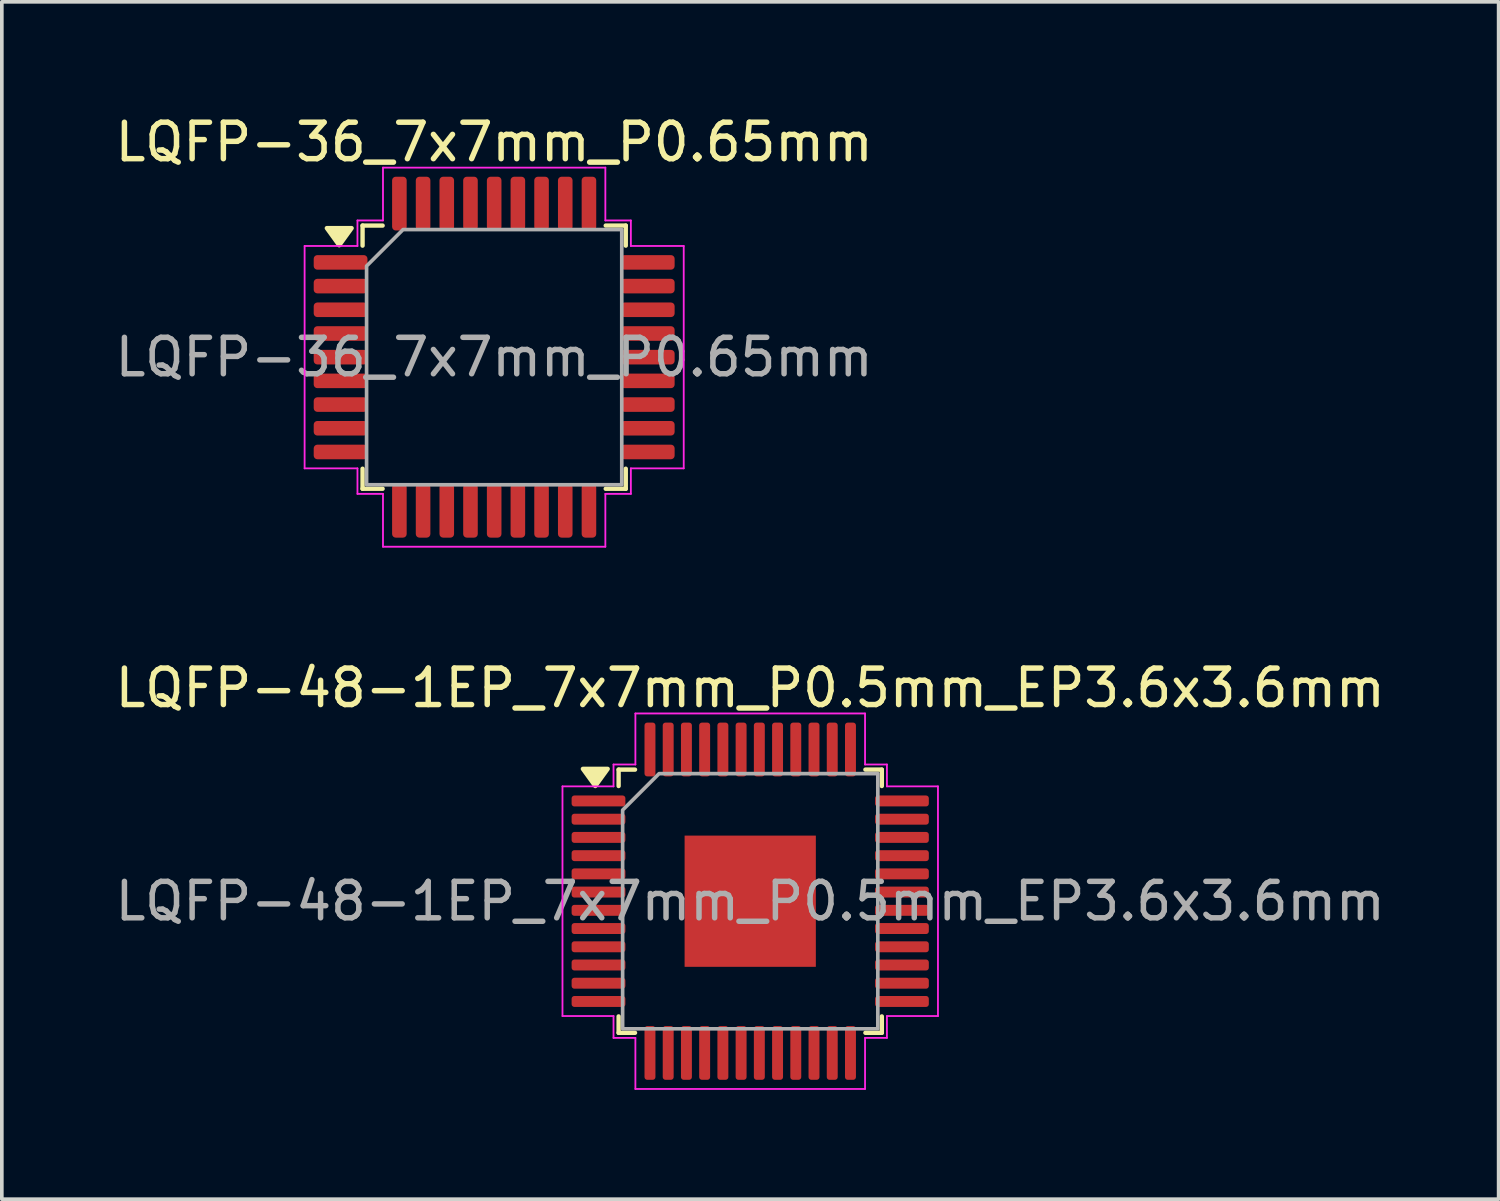
<source format=kicad_pcb>
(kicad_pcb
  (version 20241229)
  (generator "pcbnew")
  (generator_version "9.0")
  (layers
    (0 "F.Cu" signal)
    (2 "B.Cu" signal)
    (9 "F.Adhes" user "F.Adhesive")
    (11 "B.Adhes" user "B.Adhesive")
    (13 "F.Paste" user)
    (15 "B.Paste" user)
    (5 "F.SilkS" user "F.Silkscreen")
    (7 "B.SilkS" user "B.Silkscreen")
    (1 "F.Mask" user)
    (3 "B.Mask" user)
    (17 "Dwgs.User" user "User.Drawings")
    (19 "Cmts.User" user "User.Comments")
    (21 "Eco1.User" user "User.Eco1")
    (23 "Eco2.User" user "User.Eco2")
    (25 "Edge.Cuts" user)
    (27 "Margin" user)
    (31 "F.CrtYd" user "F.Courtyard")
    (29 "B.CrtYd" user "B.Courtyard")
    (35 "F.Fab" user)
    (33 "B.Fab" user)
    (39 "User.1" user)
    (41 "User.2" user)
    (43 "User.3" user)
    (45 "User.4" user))
  (footprint "LQFP-36_7x7mm_P0.65mm"
    (layer "F.Cu")
    (at 10.506 6.748)
    (property "Reference" "LQFP-36_7x7mm_P0.65mm" (at 0 -5.9 0) (layer "F.SilkS") (effects (font (size 1 1) (thickness 0.15))))
    (attr smd)
    (fp_line (start -3.61 -3.61) (end -3.06 -3.61) (stroke (width 0.12) (type solid)) (layer "F.SilkS"))
    (fp_line (start -3.61 -3.06) (end -3.61 -3.61) (stroke (width 0.12) (type solid)) (layer "F.SilkS"))
    (fp_line (start -3.61 3.61) (end -3.61 3.06) (stroke (width 0.12) (type solid)) (layer "F.SilkS"))
    (fp_line (start -3.06 3.61) (end -3.61 3.61) (stroke (width 0.12) (type solid)) (layer "F.SilkS"))
    (fp_line (start 3.06 -3.61) (end 3.61 -3.61) (stroke (width 0.12) (type solid)) (layer "F.SilkS"))
    (fp_line (start 3.61 -3.61) (end 3.61 -3.06) (stroke (width 0.12) (type solid)) (layer "F.SilkS"))
    (fp_line (start 3.61 3.06) (end 3.61 3.61) (stroke (width 0.12) (type solid)) (layer "F.SilkS"))
    (fp_line (start 3.61 3.61) (end 3.06 3.61) (stroke (width 0.12) (type solid)) (layer "F.SilkS"))
    (fp_poly (pts (xy -4.25 -3.07) (xy -4.59 -3.54) (xy -3.91 -3.54)) (stroke (width 0.12) (type solid)) (fill yes) (layer "F.SilkS"))
    (fp_line (start -5.2 -3.05) (end -3.75 -3.05) (stroke (width 0.05) (type solid)) (layer "F.CrtYd"))
    (fp_line (start -5.2 3.05) (end -5.2 -3.05) (stroke (width 0.05) (type solid)) (layer "F.CrtYd"))
    (fp_line (start -3.75 -3.75) (end -3.05 -3.75) (stroke (width 0.05) (type solid)) (layer "F.CrtYd"))
    (fp_line (start -3.75 -3.05) (end -3.75 -3.75) (stroke (width 0.05) (type solid)) (layer "F.CrtYd"))
    (fp_line (start -3.75 3.05) (end -5.2 3.05) (stroke (width 0.05) (type solid)) (layer "F.CrtYd"))
    (fp_line (start -3.75 3.75) (end -3.75 3.05) (stroke (width 0.05) (type solid)) (layer "F.CrtYd"))
    (fp_line (start -3.05 -5.2) (end 3.05 -5.2) (stroke (width 0.05) (type solid)) (layer "F.CrtYd"))
    (fp_line (start -3.05 -3.75) (end -3.05 -5.2) (stroke (width 0.05) (type solid)) (layer "F.CrtYd"))
    (fp_line (start -3.05 3.75) (end -3.75 3.75) (stroke (width 0.05) (type solid)) (layer "F.CrtYd"))
    (fp_line (start -3.05 5.2) (end -3.05 3.75) (stroke (width 0.05) (type solid)) (layer "F.CrtYd"))
    (fp_line (start 3.05 -5.2) (end 3.05 -3.75) (stroke (width 0.05) (type solid)) (layer "F.CrtYd"))
    (fp_line (start 3.05 -3.75) (end 3.75 -3.75) (stroke (width 0.05) (type solid)) (layer "F.CrtYd"))
    (fp_line (start 3.05 3.75) (end 3.05 5.2) (stroke (width 0.05) (type solid)) (layer "F.CrtYd"))
    (fp_line (start 3.05 5.2) (end -3.05 5.2) (stroke (width 0.05) (type solid)) (layer "F.CrtYd"))
    (fp_line (start 3.75 -3.75) (end 3.75 -3.05) (stroke (width 0.05) (type solid)) (layer "F.CrtYd"))
    (fp_line (start 3.75 -3.05) (end 5.2 -3.05) (stroke (width 0.05) (type solid)) (layer "F.CrtYd"))
    (fp_line (start 3.75 3.05) (end 3.75 3.75) (stroke (width 0.05) (type solid)) (layer "F.CrtYd"))
    (fp_line (start 3.75 3.75) (end 3.05 3.75) (stroke (width 0.05) (type solid)) (layer "F.CrtYd"))
    (fp_line (start 5.2 -3.05) (end 5.2 3.05) (stroke (width 0.05) (type solid)) (layer "F.CrtYd"))
    (fp_line (start 5.2 3.05) (end 3.75 3.05) (stroke (width 0.05) (type solid)) (layer "F.CrtYd"))
    (fp_poly (pts (xy -3.5 -2.5) (xy -3.5 3.5) (xy 3.5 3.5) (xy 3.5 -3.5) (xy -2.5 -3.5)) (stroke (width 0.1) (type solid)) (fill no) (layer "F.Fab"))
    (fp_text user "${REFERENCE}" (at 0 0 0) (layer "F.Fab") (effects (font (size 1 1) (thickness 0.15))))
    (pad "1" smd roundrect (at -4.213 -2.6) (size 1.475 0.4) (layers "F.Cu" "F.Mask" "F.Paste") (roundrect_rratio 0.25))
    (pad "2" smd roundrect (at -4.213 -1.95) (size 1.475 0.4) (layers "F.Cu" "F.Mask" "F.Paste") (roundrect_rratio 0.25))
    (pad "3" smd roundrect (at -4.213 -1.3) (size 1.475 0.4) (layers "F.Cu" "F.Mask" "F.Paste") (roundrect_rratio 0.25))
    (pad "4" smd roundrect (at -4.213 -0.65) (size 1.475 0.4) (layers "F.Cu" "F.Mask" "F.Paste") (roundrect_rratio 0.25))
    (pad "5" smd roundrect (at -4.213 0) (size 1.475 0.4) (layers "F.Cu" "F.Mask" "F.Paste") (roundrect_rratio 0.25))
    (pad "6" smd roundrect (at -4.213 0.65) (size 1.475 0.4) (layers "F.Cu" "F.Mask" "F.Paste") (roundrect_rratio 0.25))
    (pad "7" smd roundrect (at -4.213 1.3) (size 1.475 0.4) (layers "F.Cu" "F.Mask" "F.Paste") (roundrect_rratio 0.25))
    (pad "8" smd roundrect (at -4.213 1.95) (size 1.475 0.4) (layers "F.Cu" "F.Mask" "F.Paste") (roundrect_rratio 0.25))
    (pad "9" smd roundrect (at -4.213 2.6) (size 1.475 0.4) (layers "F.Cu" "F.Mask" "F.Paste") (roundrect_rratio 0.25))
    (pad "10" smd roundrect (at -2.6 4.213) (size 0.4 1.475) (layers "F.Cu" "F.Mask" "F.Paste") (roundrect_rratio 0.25))
    (pad "11" smd roundrect (at -1.95 4.213) (size 0.4 1.475) (layers "F.Cu" "F.Mask" "F.Paste") (roundrect_rratio 0.25))
    (pad "12" smd roundrect (at -1.3 4.213) (size 0.4 1.475) (layers "F.Cu" "F.Mask" "F.Paste") (roundrect_rratio 0.25))
    (pad "13" smd roundrect (at -0.65 4.213) (size 0.4 1.475) (layers "F.Cu" "F.Mask" "F.Paste") (roundrect_rratio 0.25))
    (pad "14" smd roundrect (at 0 4.213) (size 0.4 1.475) (layers "F.Cu" "F.Mask" "F.Paste") (roundrect_rratio 0.25))
    (pad "15" smd roundrect (at 0.65 4.213) (size 0.4 1.475) (layers "F.Cu" "F.Mask" "F.Paste") (roundrect_rratio 0.25))
    (pad "16" smd roundrect (at 1.3 4.213) (size 0.4 1.475) (layers "F.Cu" "F.Mask" "F.Paste") (roundrect_rratio 0.25))
    (pad "17" smd roundrect (at 1.95 4.213) (size 0.4 1.475) (layers "F.Cu" "F.Mask" "F.Paste") (roundrect_rratio 0.25))
    (pad "18" smd roundrect (at 2.6 4.213) (size 0.4 1.475) (layers "F.Cu" "F.Mask" "F.Paste") (roundrect_rratio 0.25))
    (pad "19" smd roundrect (at 4.213 2.6) (size 1.475 0.4) (layers "F.Cu" "F.Mask" "F.Paste") (roundrect_rratio 0.25))
    (pad "20" smd roundrect (at 4.213 1.95) (size 1.475 0.4) (layers "F.Cu" "F.Mask" "F.Paste") (roundrect_rratio 0.25))
    (pad "21" smd roundrect (at 4.213 1.3) (size 1.475 0.4) (layers "F.Cu" "F.Mask" "F.Paste") (roundrect_rratio 0.25))
    (pad "22" smd roundrect (at 4.213 0.65) (size 1.475 0.4) (layers "F.Cu" "F.Mask" "F.Paste") (roundrect_rratio 0.25))
    (pad "23" smd roundrect (at 4.213 0) (size 1.475 0.4) (layers "F.Cu" "F.Mask" "F.Paste") (roundrect_rratio 0.25))
    (pad "24" smd roundrect (at 4.213 -0.65) (size 1.475 0.4) (layers "F.Cu" "F.Mask" "F.Paste") (roundrect_rratio 0.25))
    (pad "25" smd roundrect (at 4.213 -1.3) (size 1.475 0.4) (layers "F.Cu" "F.Mask" "F.Paste") (roundrect_rratio 0.25))
    (pad "26" smd roundrect (at 4.213 -1.95) (size 1.475 0.4) (layers "F.Cu" "F.Mask" "F.Paste") (roundrect_rratio 0.25))
    (pad "27" smd roundrect (at 4.213 -2.6) (size 1.475 0.4) (layers "F.Cu" "F.Mask" "F.Paste") (roundrect_rratio 0.25))
    (pad "28" smd roundrect (at 2.6 -4.213) (size 0.4 1.475) (layers "F.Cu" "F.Mask" "F.Paste") (roundrect_rratio 0.25))
    (pad "29" smd roundrect (at 1.95 -4.213) (size 0.4 1.475) (layers "F.Cu" "F.Mask" "F.Paste") (roundrect_rratio 0.25))
    (pad "30" smd roundrect (at 1.3 -4.213) (size 0.4 1.475) (layers "F.Cu" "F.Mask" "F.Paste") (roundrect_rratio 0.25))
    (pad "31" smd roundrect (at 0.65 -4.213) (size 0.4 1.475) (layers "F.Cu" "F.Mask" "F.Paste") (roundrect_rratio 0.25))
    (pad "32" smd roundrect (at 0 -4.213) (size 0.4 1.475) (layers "F.Cu" "F.Mask" "F.Paste") (roundrect_rratio 0.25))
    (pad "33" smd roundrect (at -0.65 -4.213) (size 0.4 1.475) (layers "F.Cu" "F.Mask" "F.Paste") (roundrect_rratio 0.25))
    (pad "34" smd roundrect (at -1.3 -4.213) (size 0.4 1.475) (layers "F.Cu" "F.Mask" "F.Paste") (roundrect_rratio 0.25))
    (pad "35" smd roundrect (at -1.95 -4.213) (size 0.4 1.475) (layers "F.Cu" "F.Mask" "F.Paste") (roundrect_rratio 0.25))
    (pad "36" smd roundrect (at -2.6 -4.213) (size 0.4 1.475) (layers "F.Cu" "F.Mask" "F.Paste") (roundrect_rratio 0.25)))
  (footprint "LQFP-48-1EP_7x7mm_P0.5mm_EP3.6x3.6mm"
    (layer "F.Cu")
    (at 17.53 21.672)
    (property "Reference" "LQFP-48-1EP_7x7mm_P0.5mm_EP3.6x3.6mm" (at 0 -5.85 0) (layer "F.SilkS") (effects (font (size 1 1) (thickness 0.15))))
    (attr smd)
    (fp_line (start -3.61 -3.61) (end -3.16 -3.61) (stroke (width 0.12) (type solid)) (layer "F.SilkS"))
    (fp_line (start -3.61 -3.16) (end -3.61 -3.61) (stroke (width 0.12) (type solid)) (layer "F.SilkS"))
    (fp_line (start -3.61 3.61) (end -3.61 3.16) (stroke (width 0.12) (type solid)) (layer "F.SilkS"))
    (fp_line (start -3.16 3.61) (end -3.61 3.61) (stroke (width 0.12) (type solid)) (layer "F.SilkS"))
    (fp_line (start 3.16 -3.61) (end 3.61 -3.61) (stroke (width 0.12) (type solid)) (layer "F.SilkS"))
    (fp_line (start 3.61 -3.61) (end 3.61 -3.16) (stroke (width 0.12) (type solid)) (layer "F.SilkS"))
    (fp_line (start 3.61 3.16) (end 3.61 3.61) (stroke (width 0.12) (type solid)) (layer "F.SilkS"))
    (fp_line (start 3.61 3.61) (end 3.16 3.61) (stroke (width 0.12) (type solid)) (layer "F.SilkS"))
    (fp_poly (pts (xy -4.25 -3.16) (xy -4.59 -3.63) (xy -3.91 -3.63)) (stroke (width 0.12) (type solid)) (fill yes) (layer "F.SilkS"))
    (fp_line (start -5.15 -3.15) (end -3.75 -3.15) (stroke (width 0.05) (type solid)) (layer "F.CrtYd"))
    (fp_line (start -5.15 3.15) (end -5.15 -3.15) (stroke (width 0.05) (type solid)) (layer "F.CrtYd"))
    (fp_line (start -3.75 -3.75) (end -3.15 -3.75) (stroke (width 0.05) (type solid)) (layer "F.CrtYd"))
    (fp_line (start -3.75 -3.15) (end -3.75 -3.75) (stroke (width 0.05) (type solid)) (layer "F.CrtYd"))
    (fp_line (start -3.75 3.15) (end -5.15 3.15) (stroke (width 0.05) (type solid)) (layer "F.CrtYd"))
    (fp_line (start -3.75 3.75) (end -3.75 3.15) (stroke (width 0.05) (type solid)) (layer "F.CrtYd"))
    (fp_line (start -3.15 -5.15) (end 3.15 -5.15) (stroke (width 0.05) (type solid)) (layer "F.CrtYd"))
    (fp_line (start -3.15 -3.75) (end -3.15 -5.15) (stroke (width 0.05) (type solid)) (layer "F.CrtYd"))
    (fp_line (start -3.15 3.75) (end -3.75 3.75) (stroke (width 0.05) (type solid)) (layer "F.CrtYd"))
    (fp_line (start -3.15 5.15) (end -3.15 3.75) (stroke (width 0.05) (type solid)) (layer "F.CrtYd"))
    (fp_line (start 3.15 -5.15) (end 3.15 -3.75) (stroke (width 0.05) (type solid)) (layer "F.CrtYd"))
    (fp_line (start 3.15 -3.75) (end 3.75 -3.75) (stroke (width 0.05) (type solid)) (layer "F.CrtYd"))
    (fp_line (start 3.15 3.75) (end 3.15 5.15) (stroke (width 0.05) (type solid)) (layer "F.CrtYd"))
    (fp_line (start 3.15 5.15) (end -3.15 5.15) (stroke (width 0.05) (type solid)) (layer "F.CrtYd"))
    (fp_line (start 3.75 -3.75) (end 3.75 -3.15) (stroke (width 0.05) (type solid)) (layer "F.CrtYd"))
    (fp_line (start 3.75 -3.15) (end 5.15 -3.15) (stroke (width 0.05) (type solid)) (layer "F.CrtYd"))
    (fp_line (start 3.75 3.15) (end 3.75 3.75) (stroke (width 0.05) (type solid)) (layer "F.CrtYd"))
    (fp_line (start 3.75 3.75) (end 3.15 3.75) (stroke (width 0.05) (type solid)) (layer "F.CrtYd"))
    (fp_line (start 5.15 -3.15) (end 5.15 3.15) (stroke (width 0.05) (type solid)) (layer "F.CrtYd"))
    (fp_line (start 5.15 3.15) (end 3.75 3.15) (stroke (width 0.05) (type solid)) (layer "F.CrtYd"))
    (fp_poly (pts (xy -3.5 -2.5) (xy -3.5 3.5) (xy 3.5 3.5) (xy 3.5 -3.5) (xy -2.5 -3.5)) (stroke (width 0.1) (type solid)) (fill no) (layer "F.Fab"))
    (fp_text user "${REFERENCE}" (at 0 0 0) (layer "F.Fab") (effects (font (size 1 1) (thickness 0.15))))
    (pad "" smd roundrect (at -1.2 -1.2) (size 0.97 0.97) (layers "F.Paste") (roundrect_rratio 0.25))
    (pad "" smd roundrect (at -1.2 0) (size 0.97 0.97) (layers "F.Paste") (roundrect_rratio 0.25))
    (pad "" smd roundrect (at -1.2 1.2) (size 0.97 0.97) (layers "F.Paste") (roundrect_rratio 0.25))
    (pad "" smd roundrect (at 0 -1.2) (size 0.97 0.97) (layers "F.Paste") (roundrect_rratio 0.25))
    (pad "" smd roundrect (at 0 0) (size 0.97 0.97) (layers "F.Paste") (roundrect_rratio 0.25))
    (pad "" smd roundrect (at 0 1.2) (size 0.97 0.97) (layers "F.Paste") (roundrect_rratio 0.25))
    (pad "" smd roundrect (at 1.2 -1.2) (size 0.97 0.97) (layers "F.Paste") (roundrect_rratio 0.25))
    (pad "" smd roundrect (at 1.2 0) (size 0.97 0.97) (layers "F.Paste") (roundrect_rratio 0.25))
    (pad "" smd roundrect (at 1.2 1.2) (size 0.97 0.97) (layers "F.Paste") (roundrect_rratio 0.25))
    (pad "1" smd roundrect (at -4.162 -2.75) (size 1.475 0.3) (layers "F.Cu" "F.Mask" "F.Paste") (roundrect_rratio 0.25))
    (pad "2" smd roundrect (at -4.162 -2.25) (size 1.475 0.3) (layers "F.Cu" "F.Mask" "F.Paste") (roundrect_rratio 0.25))
    (pad "3" smd roundrect (at -4.162 -1.75) (size 1.475 0.3) (layers "F.Cu" "F.Mask" "F.Paste") (roundrect_rratio 0.25))
    (pad "4" smd roundrect (at -4.162 -1.25) (size 1.475 0.3) (layers "F.Cu" "F.Mask" "F.Paste") (roundrect_rratio 0.25))
    (pad "5" smd roundrect (at -4.162 -0.75) (size 1.475 0.3) (layers "F.Cu" "F.Mask" "F.Paste") (roundrect_rratio 0.25))
    (pad "6" smd roundrect (at -4.162 -0.25) (size 1.475 0.3) (layers "F.Cu" "F.Mask" "F.Paste") (roundrect_rratio 0.25))
    (pad "7" smd roundrect (at -4.162 0.25) (size 1.475 0.3) (layers "F.Cu" "F.Mask" "F.Paste") (roundrect_rratio 0.25))
    (pad "8" smd roundrect (at -4.162 0.75) (size 1.475 0.3) (layers "F.Cu" "F.Mask" "F.Paste") (roundrect_rratio 0.25))
    (pad "9" smd roundrect (at -4.162 1.25) (size 1.475 0.3) (layers "F.Cu" "F.Mask" "F.Paste") (roundrect_rratio 0.25))
    (pad "10" smd roundrect (at -4.162 1.75) (size 1.475 0.3) (layers "F.Cu" "F.Mask" "F.Paste") (roundrect_rratio 0.25))
    (pad "11" smd roundrect (at -4.162 2.25) (size 1.475 0.3) (layers "F.Cu" "F.Mask" "F.Paste") (roundrect_rratio 0.25))
    (pad "12" smd roundrect (at -4.162 2.75) (size 1.475 0.3) (layers "F.Cu" "F.Mask" "F.Paste") (roundrect_rratio 0.25))
    (pad "13" smd roundrect (at -2.75 4.162) (size 0.3 1.475) (layers "F.Cu" "F.Mask" "F.Paste") (roundrect_rratio 0.25))
    (pad "14" smd roundrect (at -2.25 4.162) (size 0.3 1.475) (layers "F.Cu" "F.Mask" "F.Paste") (roundrect_rratio 0.25))
    (pad "15" smd roundrect (at -1.75 4.162) (size 0.3 1.475) (layers "F.Cu" "F.Mask" "F.Paste") (roundrect_rratio 0.25))
    (pad "16" smd roundrect (at -1.25 4.162) (size 0.3 1.475) (layers "F.Cu" "F.Mask" "F.Paste") (roundrect_rratio 0.25))
    (pad "17" smd roundrect (at -0.75 4.162) (size 0.3 1.475) (layers "F.Cu" "F.Mask" "F.Paste") (roundrect_rratio 0.25))
    (pad "18" smd roundrect (at -0.25 4.162) (size 0.3 1.475) (layers "F.Cu" "F.Mask" "F.Paste") (roundrect_rratio 0.25))
    (pad "19" smd roundrect (at 0.25 4.162) (size 0.3 1.475) (layers "F.Cu" "F.Mask" "F.Paste") (roundrect_rratio 0.25))
    (pad "20" smd roundrect (at 0.75 4.162) (size 0.3 1.475) (layers "F.Cu" "F.Mask" "F.Paste") (roundrect_rratio 0.25))
    (pad "21" smd roundrect (at 1.25 4.162) (size 0.3 1.475) (layers "F.Cu" "F.Mask" "F.Paste") (roundrect_rratio 0.25))
    (pad "22" smd roundrect (at 1.75 4.162) (size 0.3 1.475) (layers "F.Cu" "F.Mask" "F.Paste") (roundrect_rratio 0.25))
    (pad "23" smd roundrect (at 2.25 4.162) (size 0.3 1.475) (layers "F.Cu" "F.Mask" "F.Paste") (roundrect_rratio 0.25))
    (pad "24" smd roundrect (at 2.75 4.162) (size 0.3 1.475) (layers "F.Cu" "F.Mask" "F.Paste") (roundrect_rratio 0.25))
    (pad "25" smd roundrect (at 4.162 2.75) (size 1.475 0.3) (layers "F.Cu" "F.Mask" "F.Paste") (roundrect_rratio 0.25))
    (pad "26" smd roundrect (at 4.162 2.25) (size 1.475 0.3) (layers "F.Cu" "F.Mask" "F.Paste") (roundrect_rratio 0.25))
    (pad "27" smd roundrect (at 4.162 1.75) (size 1.475 0.3) (layers "F.Cu" "F.Mask" "F.Paste") (roundrect_rratio 0.25))
    (pad "28" smd roundrect (at 4.162 1.25) (size 1.475 0.3) (layers "F.Cu" "F.Mask" "F.Paste") (roundrect_rratio 0.25))
    (pad "29" smd roundrect (at 4.162 0.75) (size 1.475 0.3) (layers "F.Cu" "F.Mask" "F.Paste") (roundrect_rratio 0.25))
    (pad "30" smd roundrect (at 4.162 0.25) (size 1.475 0.3) (layers "F.Cu" "F.Mask" "F.Paste") (roundrect_rratio 0.25))
    (pad "31" smd roundrect (at 4.162 -0.25) (size 1.475 0.3) (layers "F.Cu" "F.Mask" "F.Paste") (roundrect_rratio 0.25))
    (pad "32" smd roundrect (at 4.162 -0.75) (size 1.475 0.3) (layers "F.Cu" "F.Mask" "F.Paste") (roundrect_rratio 0.25))
    (pad "33" smd roundrect (at 4.162 -1.25) (size 1.475 0.3) (layers "F.Cu" "F.Mask" "F.Paste") (roundrect_rratio 0.25))
    (pad "34" smd roundrect (at 4.162 -1.75) (size 1.475 0.3) (layers "F.Cu" "F.Mask" "F.Paste") (roundrect_rratio 0.25))
    (pad "35" smd roundrect (at 4.162 -2.25) (size 1.475 0.3) (layers "F.Cu" "F.Mask" "F.Paste") (roundrect_rratio 0.25))
    (pad "36" smd roundrect (at 4.162 -2.75) (size 1.475 0.3) (layers "F.Cu" "F.Mask" "F.Paste") (roundrect_rratio 0.25))
    (pad "37" smd roundrect (at 2.75 -4.162) (size 0.3 1.475) (layers "F.Cu" "F.Mask" "F.Paste") (roundrect_rratio 0.25))
    (pad "38" smd roundrect (at 2.25 -4.162) (size 0.3 1.475) (layers "F.Cu" "F.Mask" "F.Paste") (roundrect_rratio 0.25))
    (pad "39" smd roundrect (at 1.75 -4.162) (size 0.3 1.475) (layers "F.Cu" "F.Mask" "F.Paste") (roundrect_rratio 0.25))
    (pad "40" smd roundrect (at 1.25 -4.162) (size 0.3 1.475) (layers "F.Cu" "F.Mask" "F.Paste") (roundrect_rratio 0.25))
    (pad "41" smd roundrect (at 0.75 -4.162) (size 0.3 1.475) (layers "F.Cu" "F.Mask" "F.Paste") (roundrect_rratio 0.25))
    (pad "42" smd roundrect (at 0.25 -4.162) (size 0.3 1.475) (layers "F.Cu" "F.Mask" "F.Paste") (roundrect_rratio 0.25))
    (pad "43" smd roundrect (at -0.25 -4.162) (size 0.3 1.475) (layers "F.Cu" "F.Mask" "F.Paste") (roundrect_rratio 0.25))
    (pad "44" smd roundrect (at -0.75 -4.162) (size 0.3 1.475) (layers "F.Cu" "F.Mask" "F.Paste") (roundrect_rratio 0.25))
    (pad "45" smd roundrect (at -1.25 -4.162) (size 0.3 1.475) (layers "F.Cu" "F.Mask" "F.Paste") (roundrect_rratio 0.25))
    (pad "46" smd roundrect (at -1.75 -4.162) (size 0.3 1.475) (layers "F.Cu" "F.Mask" "F.Paste") (roundrect_rratio 0.25))
    (pad "47" smd roundrect (at -2.25 -4.162) (size 0.3 1.475) (layers "F.Cu" "F.Mask" "F.Paste") (roundrect_rratio 0.25))
    (pad "48" smd roundrect (at -2.75 -4.162) (size 0.3 1.475) (layers "F.Cu" "F.Mask" "F.Paste") (roundrect_rratio 0.25))
    (pad "49" smd rect (at 0 0) (size 3.6 3.6) (property pad_prop_heatsink) (layers "F.Cu" "F.Mask")))
  (gr_rect
    (start -3 -3)
    (end 38.06 29.846)
    (stroke (width 0.1) (type default))
    (fill no)
    (layer "Edge.Cuts")))
</source>
